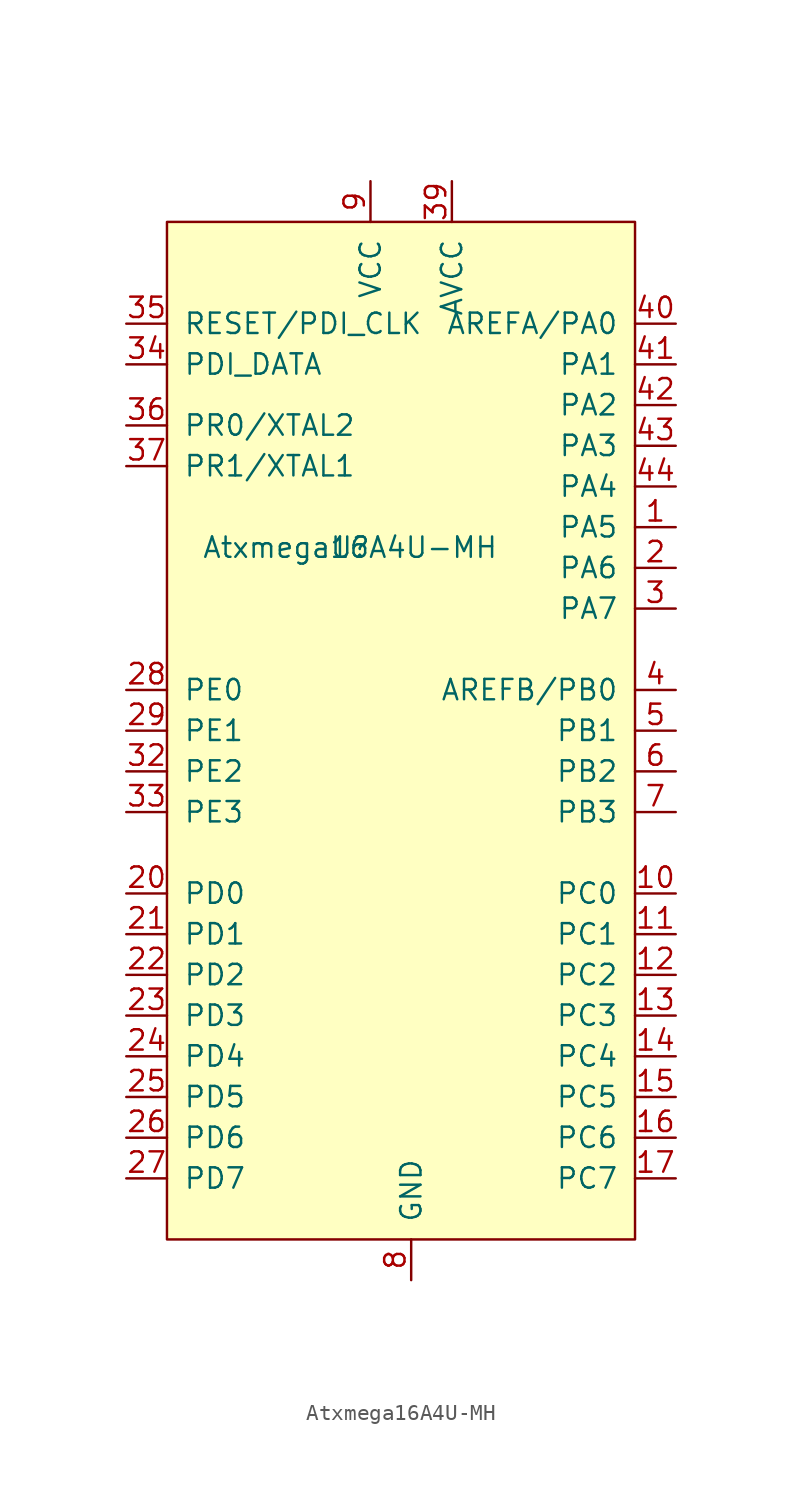
<source format=kicad_sym>
(kicad_symbol_lib
  (version 20211014)
  (generator kicad_symbol_editor)
  (symbol "Atxmega16A4U-MH"
    (pin_names
      (offset 1.016))
    (property "Reference" "U"
      (at -3.81 11.43 0)
      (effects (font (size 1.27 1.27))))
    (property "Value" "Atxmega16A4U-MH"
      (at -3.81 11.43 0)
      (effects (font (size 1.27 1.27))))
    (symbol "Atxmega16A4U-MH_0_1"
      (rectangle (start -15.24 31.75) (end 13.97 -31.75) (stroke (width 0) (type default) (color 0 0 0 0)) (fill (type background))))
    (symbol "Atxmega16A4U-MH_1_1"
      (pin bidirectional line (at 16.51 12.7 180) (length 2.54) (name "PA5" (effects (font (size 1.27 1.27)))) (number "1" (effects (font (size 1.27 1.27)))))
      (pin bidirectional line (at 16.51 -10.16 180) (length 2.54) (name "PC0" (effects (font (size 1.27 1.27)))) (number "10" (effects (font (size 1.27 1.27)))))
      (pin bidirectional line (at 16.51 -12.7 180) (length 2.54) (name "PC1" (effects (font (size 1.27 1.27)))) (number "11" (effects (font (size 1.27 1.27)))))
      (pin bidirectional line (at 16.51 -15.24 180) (length 2.54) (name "PC2" (effects (font (size 1.27 1.27)))) (number "12" (effects (font (size 1.27 1.27)))))
      (pin bidirectional line (at 16.51 -17.78 180) (length 2.54) (name "PC3" (effects (font (size 1.27 1.27)))) (number "13" (effects (font (size 1.27 1.27)))))
      (pin bidirectional line (at 16.51 -20.32 180) (length 2.54) (name "PC4" (effects (font (size 1.27 1.27)))) (number "14" (effects (font (size 1.27 1.27)))))
      (pin bidirectional line (at 16.51 -22.86 180) (length 2.54) (name "PC5" (effects (font (size 1.27 1.27)))) (number "15" (effects (font (size 1.27 1.27)))))
      (pin bidirectional line (at 16.51 -25.4 180) (length 2.54) (name "PC6" (effects (font (size 1.27 1.27)))) (number "16" (effects (font (size 1.27 1.27)))))
      (pin bidirectional line (at 16.51 -27.94 180) (length 2.54) (name "PC7" (effects (font (size 1.27 1.27)))) (number "17" (effects (font (size 1.27 1.27)))))
      (pin passive line (at 0 -34.29 90) (length 2.54) hide (name "GND" (effects (font (size 1.27 1.27)))) (number "18" (effects (font (size 1.27 1.27)))))
      (pin passive line (at -2.54 34.29 270) (length 2.54) hide (name "VCC" (effects (font (size 1.27 1.27)))) (number "19" (effects (font (size 1.27 1.27)))))
      (pin bidirectional line (at 16.51 10.16 180) (length 2.54) (name "PA6" (effects (font (size 1.27 1.27)))) (number "2" (effects (font (size 1.27 1.27)))))
      (pin bidirectional line (at -17.78 -10.16 0) (length 2.54) (name "PD0" (effects (font (size 1.27 1.27)))) (number "20" (effects (font (size 1.27 1.27)))))
      (pin bidirectional line (at -17.78 -12.7 0) (length 2.54) (name "PD1" (effects (font (size 1.27 1.27)))) (number "21" (effects (font (size 1.27 1.27)))))
      (pin bidirectional line (at -17.78 -15.24 0) (length 2.54) (name "PD2" (effects (font (size 1.27 1.27)))) (number "22" (effects (font (size 1.27 1.27)))))
      (pin bidirectional line (at -17.78 -17.78 0) (length 2.54) (name "PD3" (effects (font (size 1.27 1.27)))) (number "23" (effects (font (size 1.27 1.27)))))
      (pin bidirectional line (at -17.78 -20.32 0) (length 2.54) (name "PD4" (effects (font (size 1.27 1.27)))) (number "24" (effects (font (size 1.27 1.27)))))
      (pin bidirectional line (at -17.78 -22.86 0) (length 2.54) (name "PD5" (effects (font (size 1.27 1.27)))) (number "25" (effects (font (size 1.27 1.27)))))
      (pin bidirectional line (at -17.78 -25.4 0) (length 2.54) (name "PD6" (effects (font (size 1.27 1.27)))) (number "26" (effects (font (size 1.27 1.27)))))
      (pin bidirectional line (at -17.78 -27.94 0) (length 2.54) (name "PD7" (effects (font (size 1.27 1.27)))) (number "27" (effects (font (size 1.27 1.27)))))
      (pin bidirectional line (at -17.78 2.54 0) (length 2.54) (name "PE0" (effects (font (size 1.27 1.27)))) (number "28" (effects (font (size 1.27 1.27)))))
      (pin bidirectional line (at -17.78 0 0) (length 2.54) (name "PE1" (effects (font (size 1.27 1.27)))) (number "29" (effects (font (size 1.27 1.27)))))
      (pin bidirectional line (at 16.51 7.62 180) (length 2.54) (name "PA7" (effects (font (size 1.27 1.27)))) (number "3" (effects (font (size 1.27 1.27)))))
      (pin passive line (at 0 -34.29 90) (length 2.54) hide (name "GND" (effects (font (size 1.27 1.27)))) (number "30" (effects (font (size 1.27 1.27)))))
      (pin passive line (at -2.54 34.29 270) (length 2.54) hide (name "VCC" (effects (font (size 1.27 1.27)))) (number "31" (effects (font (size 1.27 1.27)))))
      (pin bidirectional line (at -17.78 -2.54 0) (length 2.54) (name "PE2" (effects (font (size 1.27 1.27)))) (number "32" (effects (font (size 1.27 1.27)))))
      (pin bidirectional line (at -17.78 -5.08 0) (length 2.54) (name "PE3" (effects (font (size 1.27 1.27)))) (number "33" (effects (font (size 1.27 1.27)))))
      (pin bidirectional line (at -17.78 22.86 0) (length 2.54) (name "PDI_DATA" (effects (font (size 1.27 1.27)))) (number "34" (effects (font (size 1.27 1.27)))))
      (pin input line (at -17.78 25.4 0) (length 2.54) (name "RESET/PDI_CLK" (effects (font (size 1.27 1.27)))) (number "35" (effects (font (size 1.27 1.27)))))
      (pin bidirectional line (at -17.78 19.05 0) (length 2.54) (name "PR0/XTAL2" (effects (font (size 1.27 1.27)))) (number "36" (effects (font (size 1.27 1.27)))))
      (pin bidirectional line (at -17.78 16.51 0) (length 2.54) (name "PR1/XTAL1" (effects (font (size 1.27 1.27)))) (number "37" (effects (font (size 1.27 1.27)))))
      (pin passive line (at 0 -34.29 90) (length 2.54) hide (name "GND" (effects (font (size 1.27 1.27)))) (number "38" (effects (font (size 1.27 1.27)))))
      (pin power_in line (at 2.54 34.29 270) (length 2.54) (name "AVCC" (effects (font (size 1.27 1.27)))) (number "39" (effects (font (size 1.27 1.27)))))
      (pin bidirectional line (at 16.51 2.54 180) (length 2.54) (name "AREFB/PB0" (effects (font (size 1.27 1.27)))) (number "4" (effects (font (size 1.27 1.27)))))
      (pin bidirectional line (at 16.51 25.4 180) (length 2.54) (name "AREFA/PA0" (effects (font (size 1.27 1.27)))) (number "40" (effects (font (size 1.27 1.27)))))
      (pin bidirectional line (at 16.51 22.86 180) (length 2.54) (name "PA1" (effects (font (size 1.27 1.27)))) (number "41" (effects (font (size 1.27 1.27)))))
      (pin bidirectional line (at 16.51 20.32 180) (length 2.54) (name "PA2" (effects (font (size 1.27 1.27)))) (number "42" (effects (font (size 1.27 1.27)))))
      (pin bidirectional line (at 16.51 17.78 180) (length 2.54) (name "PA3" (effects (font (size 1.27 1.27)))) (number "43" (effects (font (size 1.27 1.27)))))
      (pin bidirectional line (at 16.51 15.24 180) (length 2.54) (name "PA4" (effects (font (size 1.27 1.27)))) (number "44" (effects (font (size 1.27 1.27)))))
      (pin passive line (at 0 -34.29 90) (length 2.54) hide (name "GND" (effects (font (size 1.27 1.27)))) (number "45" (effects (font (size 1.27 1.27)))))
      (pin bidirectional line (at 16.51 0 180) (length 2.54) (name "PB1" (effects (font (size 1.27 1.27)))) (number "5" (effects (font (size 1.27 1.27)))))
      (pin bidirectional line (at 16.51 -2.54 180) (length 2.54) (name "PB2" (effects (font (size 1.27 1.27)))) (number "6" (effects (font (size 1.27 1.27)))))
      (pin bidirectional line (at 16.51 -5.08 180) (length 2.54) (name "PB3" (effects (font (size 1.27 1.27)))) (number "7" (effects (font (size 1.27 1.27)))))
      (pin power_in line (at 0 -34.29 90) (length 2.54) (name "GND" (effects (font (size 1.27 1.27)))) (number "8" (effects (font (size 1.27 1.27)))))
      (pin power_in line (at -2.54 34.29 270) (length 2.54) (name "VCC" (effects (font (size 1.27 1.27)))) (number "9" (effects (font (size 1.27 1.27))))))))
</source>
